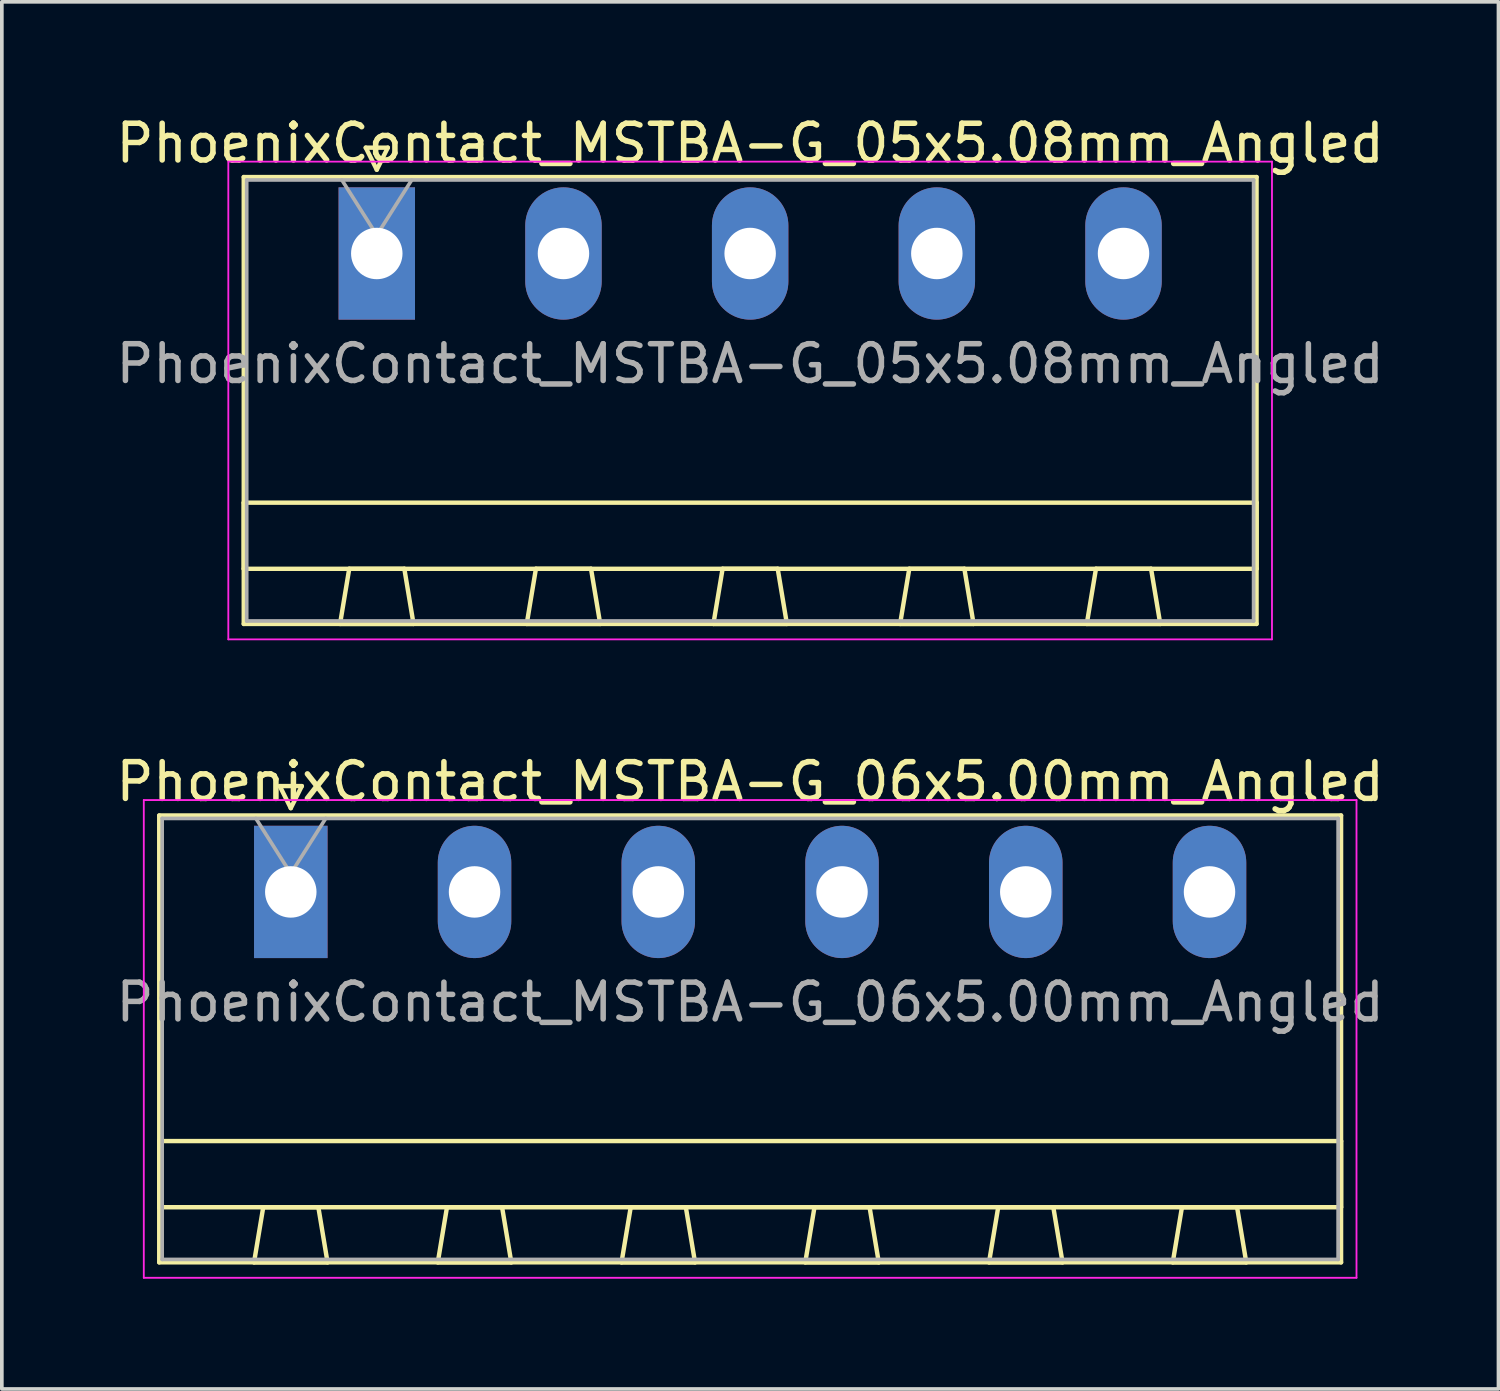
<source format=kicad_pcb>
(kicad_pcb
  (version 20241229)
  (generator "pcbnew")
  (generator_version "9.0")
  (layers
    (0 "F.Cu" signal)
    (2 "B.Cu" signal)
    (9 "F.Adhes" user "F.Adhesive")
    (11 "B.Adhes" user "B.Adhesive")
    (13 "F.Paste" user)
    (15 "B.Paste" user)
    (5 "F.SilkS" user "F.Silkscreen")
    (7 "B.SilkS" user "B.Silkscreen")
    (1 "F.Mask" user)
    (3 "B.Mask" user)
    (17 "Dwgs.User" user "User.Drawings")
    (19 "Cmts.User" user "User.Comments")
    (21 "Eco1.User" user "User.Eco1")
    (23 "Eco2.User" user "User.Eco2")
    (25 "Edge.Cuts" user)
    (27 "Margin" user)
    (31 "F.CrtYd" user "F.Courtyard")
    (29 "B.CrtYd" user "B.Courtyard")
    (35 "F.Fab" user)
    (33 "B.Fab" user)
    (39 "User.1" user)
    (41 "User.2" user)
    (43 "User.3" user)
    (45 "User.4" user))
  (footprint "PhoenixContact_MSTBA-G_06x5.00mm_Angled"
    (layer "F.Cu")
    (at 4.863 21.221)
    (property "Reference" "PhoenixContact_MSTBA-G_06x5.00mm_Angled" (at 12.5 -3 0) (layer "F.SilkS") (effects (font (size 1 1) (thickness 0.15))))
    (attr through_hole)
    (fp_line (start -3.58 -2.08) (end -3.58 10.08) (stroke (width 0.12) (type solid)) (layer "F.SilkS"))
    (fp_line (start -3.58 6.78) (end 28.58 6.78) (stroke (width 0.12) (type solid)) (layer "F.SilkS"))
    (fp_line (start -3.58 8.58) (end -3.58 6.78) (stroke (width 0.12) (type solid)) (layer "F.SilkS"))
    (fp_line (start -3.58 10.08) (end 28.58 10.08) (stroke (width 0.12) (type solid)) (layer "F.SilkS"))
    (fp_line (start -1 10.08) (end 1 10.08) (stroke (width 0.12) (type solid)) (layer "F.SilkS"))
    (fp_line (start -0.75 8.58) (end -1 10.08) (stroke (width 0.12) (type solid)) (layer "F.SilkS"))
    (fp_line (start -0.3 -2.88) (end 0.3 -2.88) (stroke (width 0.12) (type solid)) (layer "F.SilkS"))
    (fp_line (start 0 -2.28) (end -0.3 -2.88) (stroke (width 0.12) (type solid)) (layer "F.SilkS"))
    (fp_line (start 0.3 -2.88) (end 0 -2.28) (stroke (width 0.12) (type solid)) (layer "F.SilkS"))
    (fp_line (start 0.75 8.58) (end -0.75 8.58) (stroke (width 0.12) (type solid)) (layer "F.SilkS"))
    (fp_line (start 1 10.08) (end 0.75 8.58) (stroke (width 0.12) (type solid)) (layer "F.SilkS"))
    (fp_line (start 4 10.08) (end 6 10.08) (stroke (width 0.12) (type solid)) (layer "F.SilkS"))
    (fp_line (start 4.25 8.58) (end 4 10.08) (stroke (width 0.12) (type solid)) (layer "F.SilkS"))
    (fp_line (start 5.75 8.58) (end 4.25 8.58) (stroke (width 0.12) (type solid)) (layer "F.SilkS"))
    (fp_line (start 6 10.08) (end 5.75 8.58) (stroke (width 0.12) (type solid)) (layer "F.SilkS"))
    (fp_line (start 9 10.08) (end 11 10.08) (stroke (width 0.12) (type solid)) (layer "F.SilkS"))
    (fp_line (start 9.25 8.58) (end 9 10.08) (stroke (width 0.12) (type solid)) (layer "F.SilkS"))
    (fp_line (start 10.75 8.58) (end 9.25 8.58) (stroke (width 0.12) (type solid)) (layer "F.SilkS"))
    (fp_line (start 11 10.08) (end 10.75 8.58) (stroke (width 0.12) (type solid)) (layer "F.SilkS"))
    (fp_line (start 14 10.08) (end 16 10.08) (stroke (width 0.12) (type solid)) (layer "F.SilkS"))
    (fp_line (start 14.25 8.58) (end 14 10.08) (stroke (width 0.12) (type solid)) (layer "F.SilkS"))
    (fp_line (start 15.75 8.58) (end 14.25 8.58) (stroke (width 0.12) (type solid)) (layer "F.SilkS"))
    (fp_line (start 16 10.08) (end 15.75 8.58) (stroke (width 0.12) (type solid)) (layer "F.SilkS"))
    (fp_line (start 19 10.08) (end 21 10.08) (stroke (width 0.12) (type solid)) (layer "F.SilkS"))
    (fp_line (start 19.25 8.58) (end 19 10.08) (stroke (width 0.12) (type solid)) (layer "F.SilkS"))
    (fp_line (start 20.75 8.58) (end 19.25 8.58) (stroke (width 0.12) (type solid)) (layer "F.SilkS"))
    (fp_line (start 21 10.08) (end 20.75 8.58) (stroke (width 0.12) (type solid)) (layer "F.SilkS"))
    (fp_line (start 24 10.08) (end 26 10.08) (stroke (width 0.12) (type solid)) (layer "F.SilkS"))
    (fp_line (start 24.25 8.58) (end 24 10.08) (stroke (width 0.12) (type solid)) (layer "F.SilkS"))
    (fp_line (start 25.75 8.58) (end 24.25 8.58) (stroke (width 0.12) (type solid)) (layer "F.SilkS"))
    (fp_line (start 26 10.08) (end 25.75 8.58) (stroke (width 0.12) (type solid)) (layer "F.SilkS"))
    (fp_line (start 28.58 -2.08) (end -3.58 -2.08) (stroke (width 0.12) (type solid)) (layer "F.SilkS"))
    (fp_line (start 28.58 6.78) (end 28.58 8.58) (stroke (width 0.12) (type solid)) (layer "F.SilkS"))
    (fp_line (start 28.58 8.58) (end -3.58 8.58) (stroke (width 0.12) (type solid)) (layer "F.SilkS"))
    (fp_line (start 28.58 10.08) (end 28.58 -2.08) (stroke (width 0.12) (type solid)) (layer "F.SilkS"))
    (fp_line (start -4 -2.5) (end -4 10.5) (stroke (width 0.05) (type solid)) (layer "F.CrtYd"))
    (fp_line (start -4 10.5) (end 29 10.5) (stroke (width 0.05) (type solid)) (layer "F.CrtYd"))
    (fp_line (start 29 -2.5) (end -4 -2.5) (stroke (width 0.05) (type solid)) (layer "F.CrtYd"))
    (fp_line (start 29 10.5) (end 29 -2.5) (stroke (width 0.05) (type solid)) (layer "F.CrtYd"))
    (fp_line (start -3.5 -2) (end -3.5 10) (stroke (width 0.1) (type solid)) (layer "F.Fab"))
    (fp_line (start -3.5 10) (end 28.5 10) (stroke (width 0.1) (type solid)) (layer "F.Fab"))
    (fp_line (start 0 -0.5) (end -0.95 -2) (stroke (width 0.1) (type solid)) (layer "F.Fab"))
    (fp_line (start 0.95 -2) (end 0 -0.5) (stroke (width 0.1) (type solid)) (layer "F.Fab"))
    (fp_line (start 28.5 -2) (end -3.5 -2) (stroke (width 0.1) (type solid)) (layer "F.Fab"))
    (fp_line (start 28.5 10) (end 28.5 -2) (stroke (width 0.1) (type solid)) (layer "F.Fab"))
    (fp_text user "${REFERENCE}" (at 12.5 3 0) (layer "F.Fab") (effects (font (size 1 1) (thickness 0.15))))
    (pad "1" thru_hole rect (at 0 0) (size 2 3.6) (drill 1.4) (layers "*.Cu" "*.Mask"))
    (pad "2" thru_hole oval (at 5 0) (size 2 3.6) (drill 1.4) (layers "*.Cu" "*.Mask"))
    (pad "3" thru_hole oval (at 10 0) (size 2 3.6) (drill 1.4) (layers "*.Cu" "*.Mask"))
    (pad "4" thru_hole oval (at 15 0) (size 2 3.6) (drill 1.4) (layers "*.Cu" "*.Mask"))
    (pad "5" thru_hole oval (at 20 0) (size 2 3.6) (drill 1.4) (layers "*.Cu" "*.Mask"))
    (pad "6" thru_hole oval (at 25 0) (size 2 3.6) (drill 1.4) (layers "*.Cu" "*.Mask")))
  (footprint "PhoenixContact_MSTBA-G_05x5.08mm_Angled"
    (layer "F.Cu")
    (at 7.203 3.848)
    (property "Reference" "PhoenixContact_MSTBA-G_05x5.08mm_Angled" (at 10.16 -3 0) (layer "F.SilkS") (effects (font (size 1 1) (thickness 0.15))))
    (attr through_hole)
    (fp_line (start -3.62 -2.08) (end -3.62 10.08) (stroke (width 0.12) (type solid)) (layer "F.SilkS"))
    (fp_line (start -3.62 6.78) (end 23.94 6.78) (stroke (width 0.12) (type solid)) (layer "F.SilkS"))
    (fp_line (start -3.62 8.58) (end -3.62 6.78) (stroke (width 0.12) (type solid)) (layer "F.SilkS"))
    (fp_line (start -3.62 10.08) (end 23.94 10.08) (stroke (width 0.12) (type solid)) (layer "F.SilkS"))
    (fp_line (start -1 10.08) (end 1 10.08) (stroke (width 0.12) (type solid)) (layer "F.SilkS"))
    (fp_line (start -0.75 8.58) (end -1 10.08) (stroke (width 0.12) (type solid)) (layer "F.SilkS"))
    (fp_line (start -0.3 -2.88) (end 0.3 -2.88) (stroke (width 0.12) (type solid)) (layer "F.SilkS"))
    (fp_line (start 0 -2.28) (end -0.3 -2.88) (stroke (width 0.12) (type solid)) (layer "F.SilkS"))
    (fp_line (start 0.3 -2.88) (end 0 -2.28) (stroke (width 0.12) (type solid)) (layer "F.SilkS"))
    (fp_line (start 0.75 8.58) (end -0.75 8.58) (stroke (width 0.12) (type solid)) (layer "F.SilkS"))
    (fp_line (start 1 10.08) (end 0.75 8.58) (stroke (width 0.12) (type solid)) (layer "F.SilkS"))
    (fp_line (start 4.08 10.08) (end 6.08 10.08) (stroke (width 0.12) (type solid)) (layer "F.SilkS"))
    (fp_line (start 4.33 8.58) (end 4.08 10.08) (stroke (width 0.12) (type solid)) (layer "F.SilkS"))
    (fp_line (start 5.83 8.58) (end 4.33 8.58) (stroke (width 0.12) (type solid)) (layer "F.SilkS"))
    (fp_line (start 6.08 10.08) (end 5.83 8.58) (stroke (width 0.12) (type solid)) (layer "F.SilkS"))
    (fp_line (start 9.16 10.08) (end 11.16 10.08) (stroke (width 0.12) (type solid)) (layer "F.SilkS"))
    (fp_line (start 9.41 8.58) (end 9.16 10.08) (stroke (width 0.12) (type solid)) (layer "F.SilkS"))
    (fp_line (start 10.91 8.58) (end 9.41 8.58) (stroke (width 0.12) (type solid)) (layer "F.SilkS"))
    (fp_line (start 11.16 10.08) (end 10.91 8.58) (stroke (width 0.12) (type solid)) (layer "F.SilkS"))
    (fp_line (start 14.24 10.08) (end 16.24 10.08) (stroke (width 0.12) (type solid)) (layer "F.SilkS"))
    (fp_line (start 14.49 8.58) (end 14.24 10.08) (stroke (width 0.12) (type solid)) (layer "F.SilkS"))
    (fp_line (start 15.99 8.58) (end 14.49 8.58) (stroke (width 0.12) (type solid)) (layer "F.SilkS"))
    (fp_line (start 16.24 10.08) (end 15.99 8.58) (stroke (width 0.12) (type solid)) (layer "F.SilkS"))
    (fp_line (start 19.32 10.08) (end 21.32 10.08) (stroke (width 0.12) (type solid)) (layer "F.SilkS"))
    (fp_line (start 19.57 8.58) (end 19.32 10.08) (stroke (width 0.12) (type solid)) (layer "F.SilkS"))
    (fp_line (start 21.07 8.58) (end 19.57 8.58) (stroke (width 0.12) (type solid)) (layer "F.SilkS"))
    (fp_line (start 21.32 10.08) (end 21.07 8.58) (stroke (width 0.12) (type solid)) (layer "F.SilkS"))
    (fp_line (start 23.94 -2.08) (end -3.62 -2.08) (stroke (width 0.12) (type solid)) (layer "F.SilkS"))
    (fp_line (start 23.94 6.78) (end 23.94 8.58) (stroke (width 0.12) (type solid)) (layer "F.SilkS"))
    (fp_line (start 23.94 8.58) (end -3.62 8.58) (stroke (width 0.12) (type solid)) (layer "F.SilkS"))
    (fp_line (start 23.94 10.08) (end 23.94 -2.08) (stroke (width 0.12) (type solid)) (layer "F.SilkS"))
    (fp_line (start -4.04 -2.5) (end -4.04 10.5) (stroke (width 0.05) (type solid)) (layer "F.CrtYd"))
    (fp_line (start -4.04 10.5) (end 24.36 10.5) (stroke (width 0.05) (type solid)) (layer "F.CrtYd"))
    (fp_line (start 24.36 -2.5) (end -4.04 -2.5) (stroke (width 0.05) (type solid)) (layer "F.CrtYd"))
    (fp_line (start 24.36 10.5) (end 24.36 -2.5) (stroke (width 0.05) (type solid)) (layer "F.CrtYd"))
    (fp_line (start -3.54 -2) (end -3.54 10) (stroke (width 0.1) (type solid)) (layer "F.Fab"))
    (fp_line (start -3.54 10) (end 23.86 10) (stroke (width 0.1) (type solid)) (layer "F.Fab"))
    (fp_line (start 0 -0.5) (end -0.95 -2) (stroke (width 0.1) (type solid)) (layer "F.Fab"))
    (fp_line (start 0.95 -2) (end 0 -0.5) (stroke (width 0.1) (type solid)) (layer "F.Fab"))
    (fp_line (start 23.86 -2) (end -3.54 -2) (stroke (width 0.1) (type solid)) (layer "F.Fab"))
    (fp_line (start 23.86 10) (end 23.86 -2) (stroke (width 0.1) (type solid)) (layer "F.Fab"))
    (fp_text user "${REFERENCE}" (at 10.16 3 0) (layer "F.Fab") (effects (font (size 1 1) (thickness 0.15))))
    (pad "1" thru_hole rect (at 0 0) (size 2.08 3.6) (drill 1.4) (layers "*.Cu" "*.Mask"))
    (pad "2" thru_hole oval (at 5.08 0) (size 2.08 3.6) (drill 1.4) (layers "*.Cu" "*.Mask"))
    (pad "3" thru_hole oval (at 10.16 0) (size 2.08 3.6) (drill 1.4) (layers "*.Cu" "*.Mask"))
    (pad "4" thru_hole oval (at 15.24 0) (size 2.08 3.6) (drill 1.4) (layers "*.Cu" "*.Mask"))
    (pad "5" thru_hole oval (at 20.32 0) (size 2.08 3.6) (drill 1.4) (layers "*.Cu" "*.Mask")))
  (gr_rect
    (start -3 -3)
    (end 37.726 34.746)
    (stroke (width 0.1) (type default))
    (fill no)
    (layer "Edge.Cuts")))
</source>
